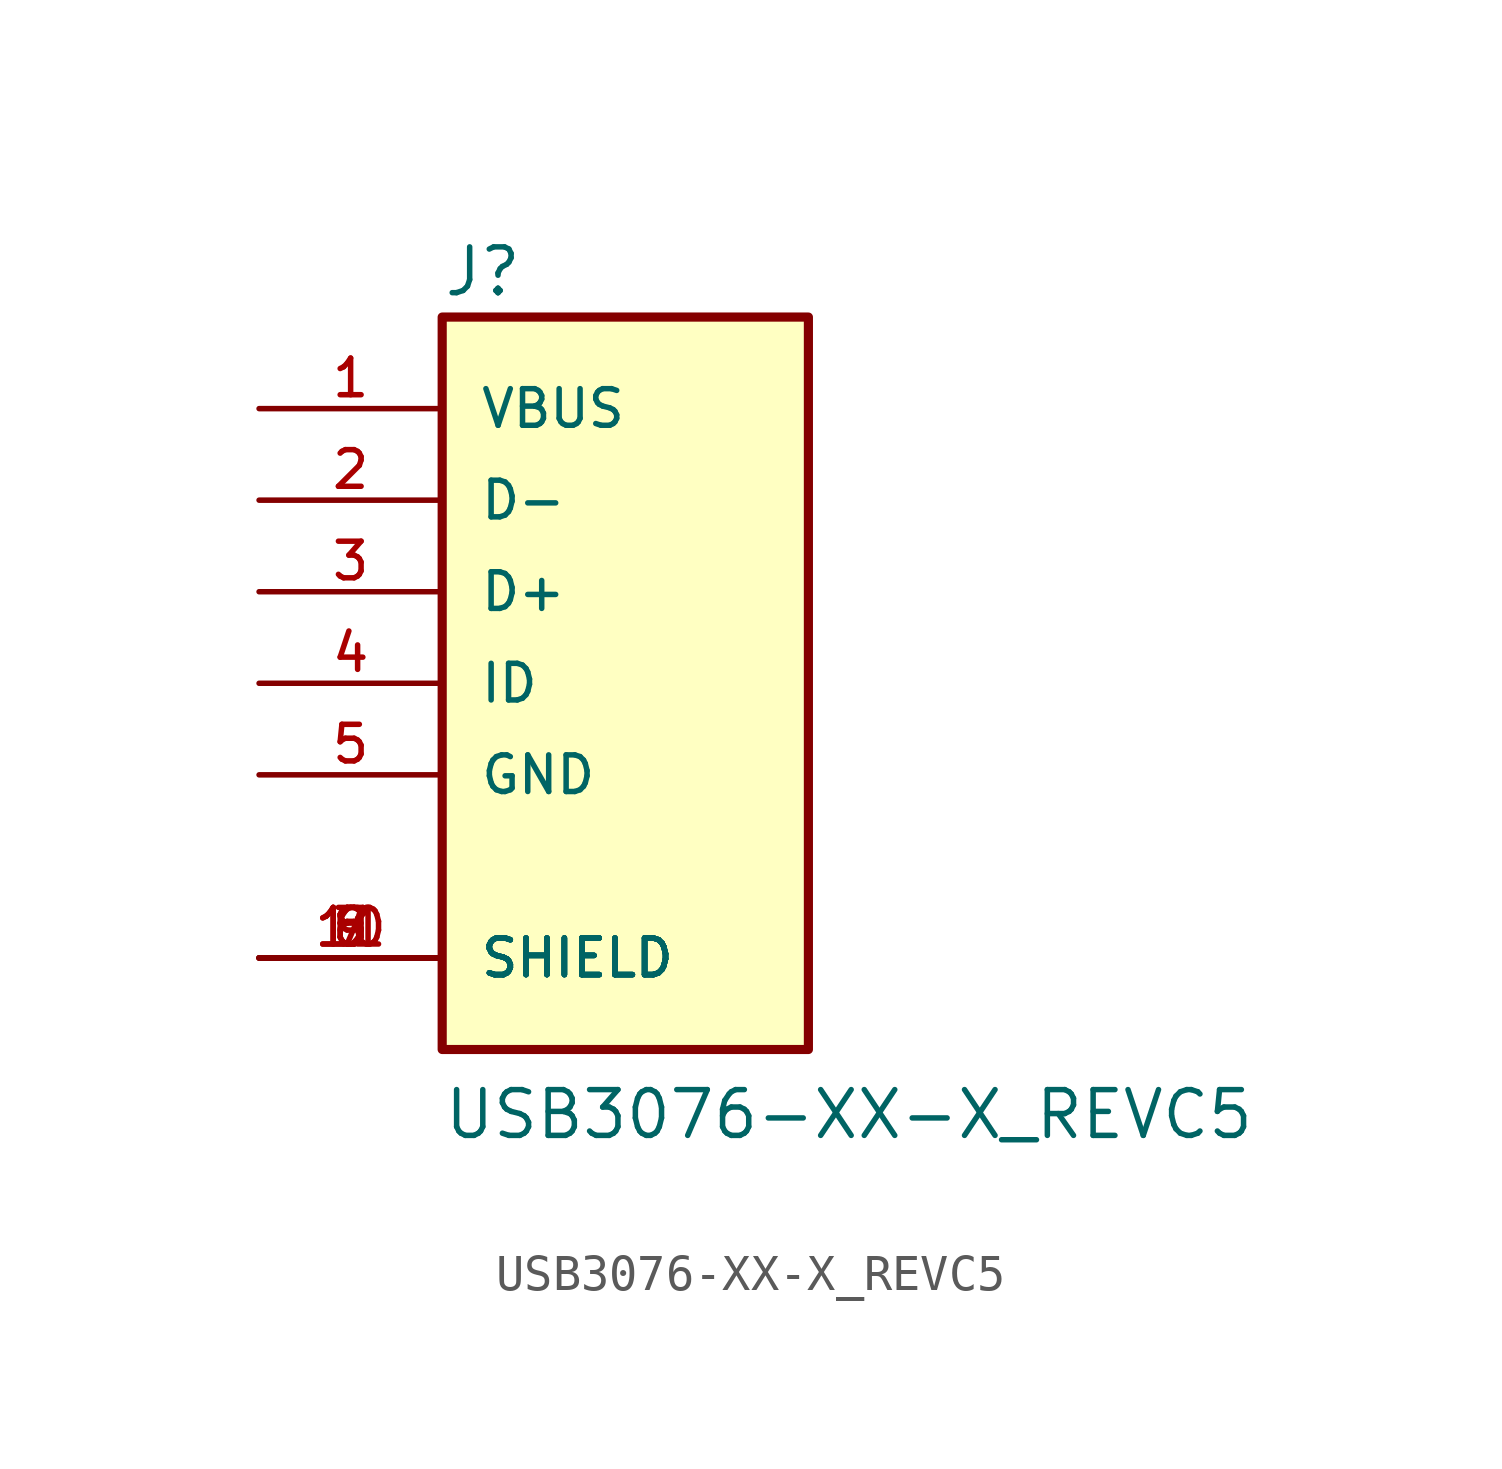
<source format=kicad_sym>
(kicad_symbol_lib
  (version 20211014)
  (generator kicad_symbol_editor)
  (symbol "USB3076-XX-X_REVC5"
    (pin_names
      (offset 1.016))
    (property "Reference" "J"
      (at -5.083 10.674 0)
      (effects (font (size 1.27 1.27)) (justify bottom left)))
    (property "Value" "USB3076-XX-X_REVC5"
      (at -5.082 -12.706 0)
      (effects (font (size 1.27 1.27)) (justify bottom left)))
    (symbol "USB3076-XX-X_REVC5_0_0"
      (rectangle (start -5.08 -10.16) (end 5.08 10.16) (stroke (width 0.254)) (fill (type background)))
      (pin power_in line (at -10.16 7.62 0) (length 5.08) (name "VBUS" (effects (font (size 1.016 1.016)))) (number "1" (effects (font (size 1.016 1.016)))))
      (pin bidirectional line (at -10.16 5.08 0) (length 5.08) (name "D-" (effects (font (size 1.016 1.016)))) (number "2" (effects (font (size 1.016 1.016)))))
      (pin bidirectional line (at -10.16 2.54 0) (length 5.08) (name "D+" (effects (font (size 1.016 1.016)))) (number "3" (effects (font (size 1.016 1.016)))))
      (pin power_in line (at -10.16 -2.54 0) (length 5.08) (name "GND" (effects (font (size 1.016 1.016)))) (number "5" (effects (font (size 1.016 1.016)))))
      (pin power_in line (at -10.16 -7.62 0) (length 5.08) (name "SHIELD" (effects (font (size 1.016 1.016)))) (number "6" (effects (font (size 1.016 1.016)))))
      (pin power_in line (at -10.16 -7.62 0) (length 5.08) (name "SHIELD" (effects (font (size 1.016 1.016)))) (number "7" (effects (font (size 1.016 1.016)))))
      (pin power_in line (at -10.16 -7.62 0) (length 5.08) (name "SHIELD" (effects (font (size 1.016 1.016)))) (number "8" (effects (font (size 1.016 1.016)))))
      (pin power_in line (at -10.16 -7.62 0) (length 5.08) (name "SHIELD" (effects (font (size 1.016 1.016)))) (number "9" (effects (font (size 1.016 1.016)))))
      (pin power_in line (at -10.16 -7.62 0) (length 5.08) (name "SHIELD" (effects (font (size 1.016 1.016)))) (number "10" (effects (font (size 1.016 1.016)))))
      (pin power_in line (at -10.16 -7.62 0) (length 5.08) (name "SHIELD" (effects (font (size 1.016 1.016)))) (number "11" (effects (font (size 1.016 1.016)))))
      (pin bidirectional line (at -10.16 0.0 0) (length 5.08) (name "ID" (effects (font (size 1.016 1.016)))) (number "4" (effects (font (size 1.016 1.016))))))))
</source>
